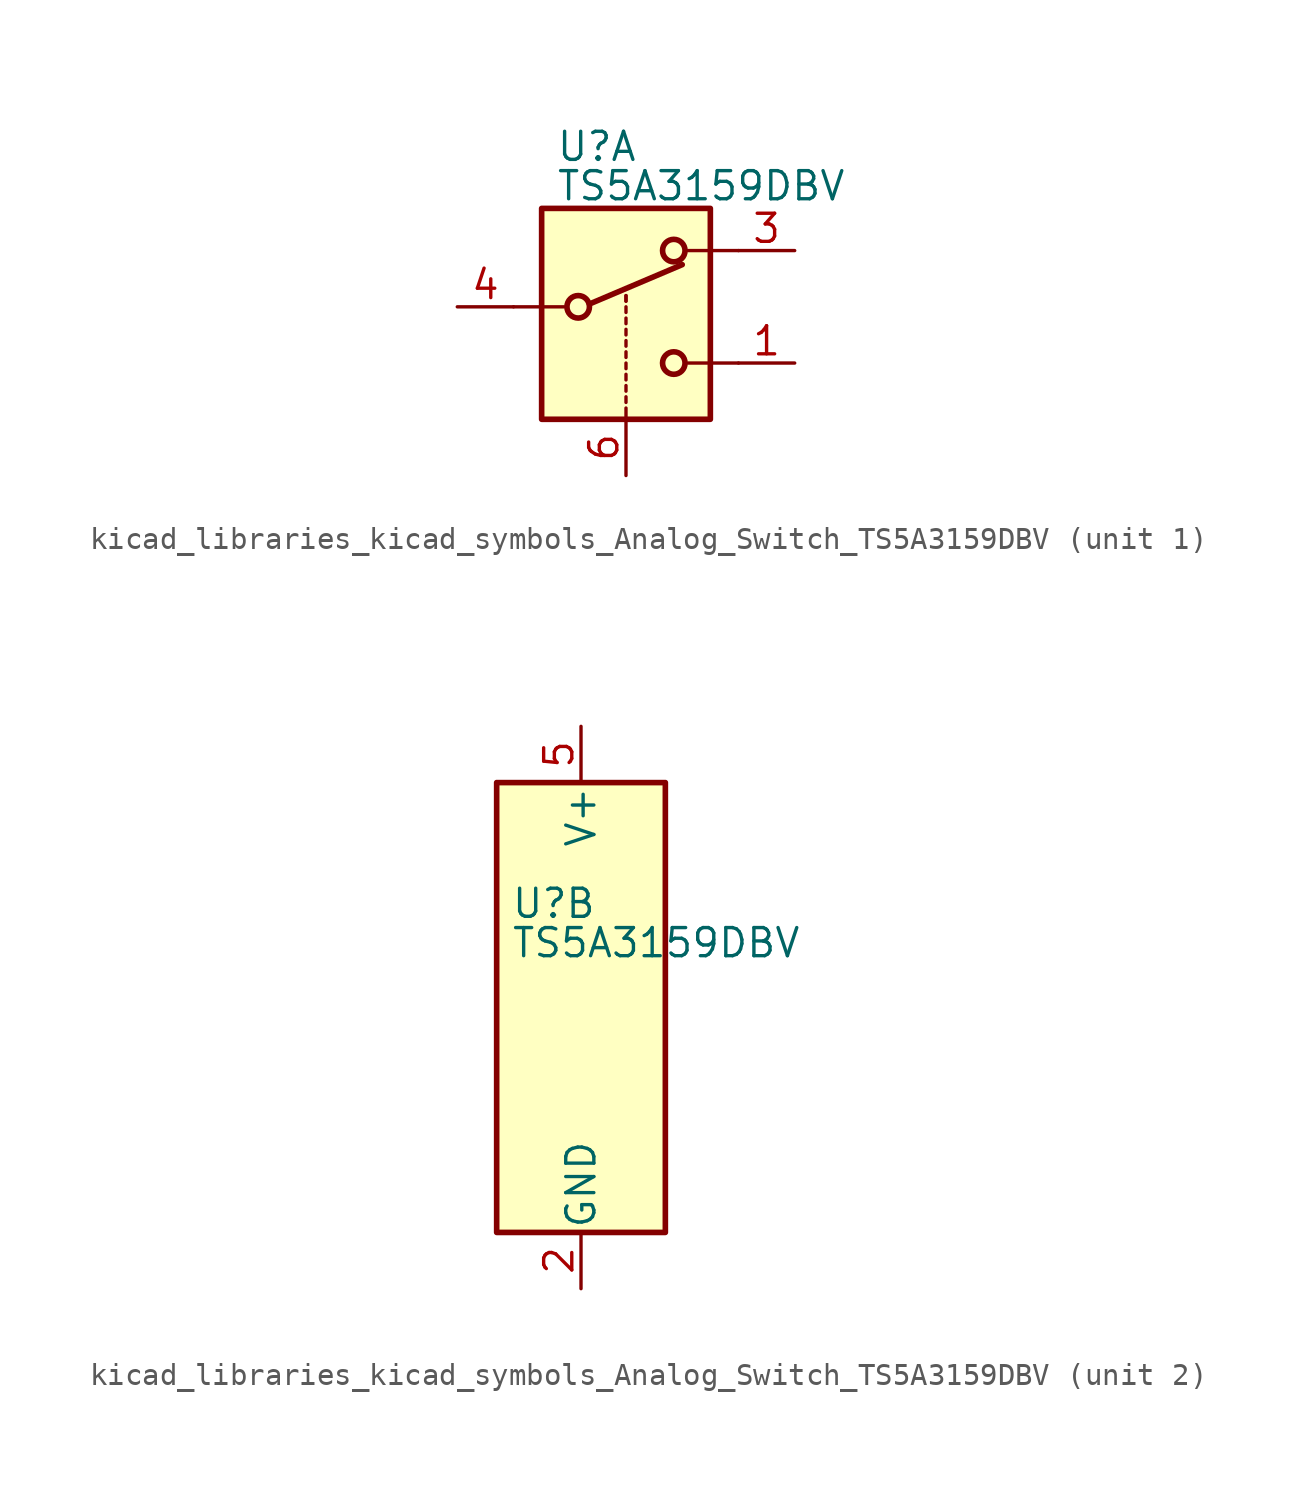
<source format=kicad_sym>
(kicad_symbol_lib
  (version 20220914)
  (generator kicad_symbol_editor)
  (symbol "kicad_libraries_kicad_symbols_Analog_Switch_TS5A3159DBV"
    (pin_names
      (offset 0.127))
    (property "Reference" "U"
      (at -3.175 4.699 0)
      (effects (font (size 1.27 1.27)) (justify left)))
    (property "Value" "TS5A3159DBV"
      (at -3.175 2.921 0)
      (effects (font (size 1.27 1.27)) (justify left)))
    (symbol "kicad_libraries_kicad_symbols_Analog_Switch_TS5A3159DBV_1_1"
      (rectangle (start -3.81 1.905) (end 3.81 -7.62) (stroke (width 0.254) (type default)) (fill (type background)))
      (circle (center -2.159 -2.54) (radius 0.508) (stroke (width 0.254) (type default)) (fill (type none)))
      (polyline (pts (xy -5.08 -2.54) (xy -2.794 -2.54)) (stroke (width 0) (type default)) (fill (type none)))
      (polyline (pts (xy -1.651 -2.413) (xy 2.54 -0.635)) (stroke (width 0.254) (type default)) (fill (type none)))
      (polyline (pts (xy 0 -7.62) (xy 0 -7.112)) (stroke (width 0) (type default)) (fill (type none)))
      (polyline (pts (xy 0 -6.858) (xy 0 -6.604)) (stroke (width 0) (type default)) (fill (type none)))
      (polyline (pts (xy 0 -6.35) (xy 0 -6.096)) (stroke (width 0) (type default)) (fill (type none)))
      (polyline (pts (xy 0 -5.842) (xy 0 -5.588)) (stroke (width 0) (type default)) (fill (type none)))
      (polyline (pts (xy 0 -5.334) (xy 0 -5.08)) (stroke (width 0) (type default)) (fill (type none)))
      (polyline (pts (xy 0 -4.826) (xy 0 -4.572)) (stroke (width 0) (type default)) (fill (type none)))
      (polyline (pts (xy 0 -4.318) (xy 0 -4.064)) (stroke (width 0) (type default)) (fill (type none)))
      (polyline (pts (xy 0 -3.81) (xy 0 -3.556)) (stroke (width 0) (type default)) (fill (type none)))
      (polyline (pts (xy 0 -3.302) (xy 0 -3.048)) (stroke (width 0) (type default)) (fill (type none)))
      (polyline (pts (xy 0 -2.794) (xy 0 -2.54)) (stroke (width 0) (type default)) (fill (type none)))
      (polyline (pts (xy 0 -2.286) (xy 0 -2.032)) (stroke (width 0) (type default)) (fill (type none)))
      (polyline (pts (xy 0 -2.286) (xy 0 -2.032)) (stroke (width 0) (type default)) (fill (type none)))
      (polyline (pts (xy 5.08 -5.08) (xy 2.794 -5.08)) (stroke (width 0) (type default)) (fill (type none)))
      (polyline (pts (xy 5.08 0) (xy 2.794 0)) (stroke (width 0) (type default)) (fill (type none)))
      (circle (center 2.159 -5.08) (radius 0.508) (stroke (width 0.254) (type default)) (fill (type none)))
      (circle (center 2.159 0) (radius 0.508) (stroke (width 0.254) (type default)) (fill (type none)))
      (pin passive line (at 7.62 -5.08 180) (length 2.54) (name "~" (effects (font (size 1.27 1.27)))) (number "1" (effects (font (size 1.27 1.27)))))
      (pin passive line (at 7.62 0 180) (length 2.54) (name "~" (effects (font (size 1.27 1.27)))) (number "3" (effects (font (size 1.27 1.27)))))
      (pin passive line (at -7.62 -2.54 0) (length 2.54) (name "~" (effects (font (size 1.27 1.27)))) (number "4" (effects (font (size 1.27 1.27)))))
      (pin input line (at 0 -10.16 90) (length 2.54) (name "~" (effects (font (size 1.27 1.27)))) (number "6" (effects (font (size 1.27 1.27))))))
    (symbol "kicad_libraries_kicad_symbols_Analog_Switch_TS5A3159DBV_2_0"
      (pin power_in line (at 0 -12.7 90) (length 2.54) (name "GND" (effects (font (size 1.27 1.27)))) (number "2" (effects (font (size 1.27 1.27)))))
      (pin power_in line (at 0 12.7 270) (length 2.54) (name "V+" (effects (font (size 1.27 1.27)))) (number "5" (effects (font (size 1.27 1.27))))))
    (symbol "kicad_libraries_kicad_symbols_Analog_Switch_TS5A3159DBV_2_1"
      (rectangle (start -3.81 10.16) (end 3.81 -10.16) (stroke (width 0.254) (type default)) (fill (type background))))))
</source>
